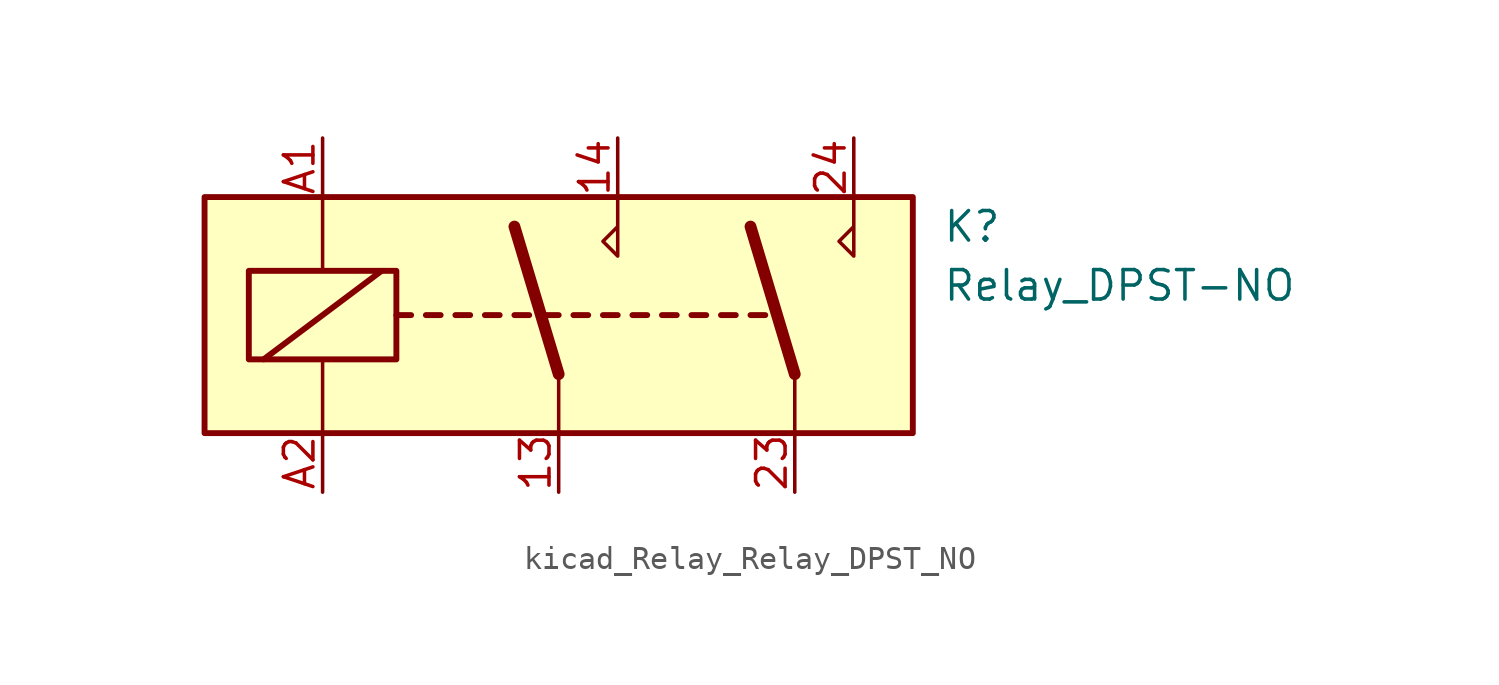
<source format=kicad_sym>
(kicad_symbol_lib
  (version 20220914)
  (generator kicad_symbol_editor)
  (symbol "kicad_Relay_Relay_DPST_NO"
    (property "Reference" "K"
      (at 16.51 3.81 0)
      (effects (font (size 1.27 1.27)) (justify left)))
    (property "Value" "Relay_DPST-NO"
      (at 16.51 1.27 0)
      (effects (font (size 1.27 1.27)) (justify left)))
    (symbol "kicad_Relay_Relay_DPST_NO_0_1"
      (rectangle (start -15.24 5.08) (end 15.24 -5.08) (stroke (width 0.254) (type default)) (fill (type background)))
      (rectangle (start -13.335 1.905) (end -6.985 -1.905) (stroke (width 0.254) (type default)) (fill (type none)))
      (polyline (pts (xy -12.7 -1.905) (xy -7.62 1.905)) (stroke (width 0.254) (type default)) (fill (type none)))
      (polyline (pts (xy -10.16 -5.08) (xy -10.16 -1.905)) (stroke (width 0) (type default)) (fill (type none)))
      (polyline (pts (xy -10.16 5.08) (xy -10.16 1.905)) (stroke (width 0) (type default)) (fill (type none)))
      (polyline (pts (xy -6.985 0) (xy -6.35 0)) (stroke (width 0.254) (type default)) (fill (type none)))
      (polyline (pts (xy -5.715 0) (xy -5.08 0)) (stroke (width 0.254) (type default)) (fill (type none)))
      (polyline (pts (xy -4.445 0) (xy -3.81 0)) (stroke (width 0.254) (type default)) (fill (type none)))
      (polyline (pts (xy -3.175 0) (xy -2.54 0)) (stroke (width 0.254) (type default)) (fill (type none)))
      (polyline (pts (xy -1.905 0) (xy -1.27 0)) (stroke (width 0.254) (type default)) (fill (type none)))
      (polyline (pts (xy -0.635 0) (xy 0 0)) (stroke (width 0.254) (type default)) (fill (type none)))
      (polyline (pts (xy 0 -2.54) (xy -1.905 3.81)) (stroke (width 0.508) (type default)) (fill (type none)))
      (polyline (pts (xy 0 -2.54) (xy 0 -5.08)) (stroke (width 0) (type default)) (fill (type none)))
      (polyline (pts (xy 0.635 0) (xy 1.27 0)) (stroke (width 0.254) (type default)) (fill (type none)))
      (polyline (pts (xy 1.905 0) (xy 2.54 0)) (stroke (width 0.254) (type default)) (fill (type none)))
      (polyline (pts (xy 3.175 0) (xy 3.81 0)) (stroke (width 0.254) (type default)) (fill (type none)))
      (polyline (pts (xy 4.445 0) (xy 5.08 0)) (stroke (width 0.254) (type default)) (fill (type none)))
      (polyline (pts (xy 5.715 0) (xy 6.35 0)) (stroke (width 0.254) (type default)) (fill (type none)))
      (polyline (pts (xy 6.985 0) (xy 7.62 0)) (stroke (width 0.254) (type default)) (fill (type none)))
      (polyline (pts (xy 8.255 0) (xy 8.89 0)) (stroke (width 0.254) (type default)) (fill (type none)))
      (polyline (pts (xy 10.16 -2.54) (xy 8.255 3.81)) (stroke (width 0.508) (type default)) (fill (type none)))
      (polyline (pts (xy 10.16 -2.54) (xy 10.16 -5.08)) (stroke (width 0) (type default)) (fill (type none)))
      (polyline (pts (xy 2.54 5.08) (xy 2.54 2.54) (xy 1.905 3.175) (xy 2.54 3.81)) (stroke (width 0) (type default)) (fill (type none)))
      (polyline (pts (xy 12.7 5.08) (xy 12.7 2.54) (xy 12.065 3.175) (xy 12.7 3.81)) (stroke (width 0) (type default)) (fill (type none))))
    (symbol "kicad_Relay_Relay_DPST_NO_1_1"
      (pin passive line (at 0 -7.62 90) (length 2.54) (name "~" (effects (font (size 1.27 1.27)))) (number "13" (effects (font (size 1.27 1.27)))))
      (pin passive line (at 2.54 7.62 270) (length 2.54) (name "~" (effects (font (size 1.27 1.27)))) (number "14" (effects (font (size 1.27 1.27)))))
      (pin passive line (at 10.16 -7.62 90) (length 2.54) (name "~" (effects (font (size 1.27 1.27)))) (number "23" (effects (font (size 1.27 1.27)))))
      (pin passive line (at 12.7 7.62 270) (length 2.54) (name "~" (effects (font (size 1.27 1.27)))) (number "24" (effects (font (size 1.27 1.27)))))
      (pin passive line (at -10.16 7.62 270) (length 2.54) (name "~" (effects (font (size 1.27 1.27)))) (number "A1" (effects (font (size 1.27 1.27)))))
      (pin passive line (at -10.16 -7.62 90) (length 2.54) (name "~" (effects (font (size 1.27 1.27)))) (number "A2" (effects (font (size 1.27 1.27))))))))
</source>
